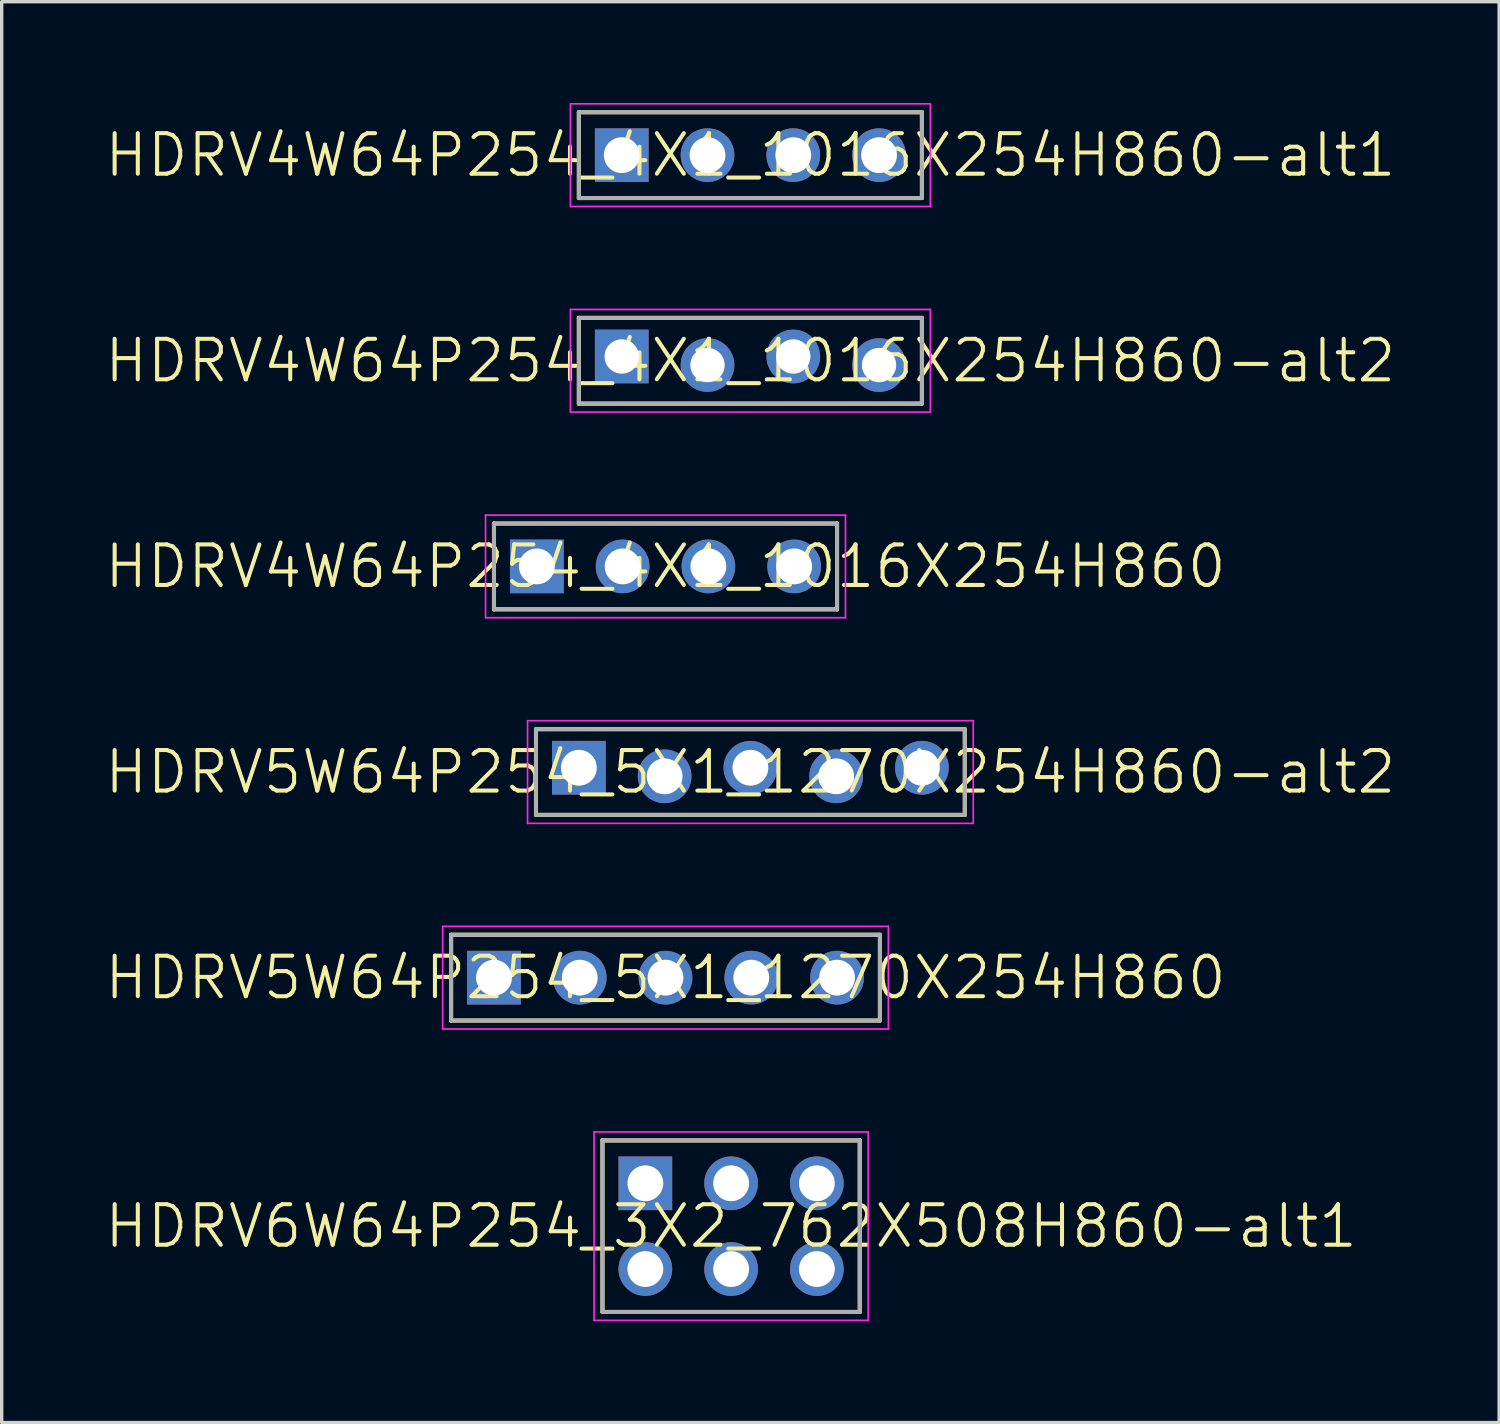
<source format=kicad_pcb>
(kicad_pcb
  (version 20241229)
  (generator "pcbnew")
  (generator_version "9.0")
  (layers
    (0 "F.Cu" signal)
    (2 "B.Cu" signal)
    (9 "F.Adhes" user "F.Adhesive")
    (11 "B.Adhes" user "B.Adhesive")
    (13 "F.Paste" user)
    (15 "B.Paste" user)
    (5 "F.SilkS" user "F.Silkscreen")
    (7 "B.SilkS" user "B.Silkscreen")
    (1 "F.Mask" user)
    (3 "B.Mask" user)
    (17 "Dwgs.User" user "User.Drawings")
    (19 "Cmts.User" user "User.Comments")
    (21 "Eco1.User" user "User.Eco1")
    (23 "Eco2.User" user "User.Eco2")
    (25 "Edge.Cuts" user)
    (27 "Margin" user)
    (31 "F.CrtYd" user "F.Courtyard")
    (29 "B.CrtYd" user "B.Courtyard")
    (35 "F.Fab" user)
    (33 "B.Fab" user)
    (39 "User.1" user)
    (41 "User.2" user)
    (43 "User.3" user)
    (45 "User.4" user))
  (footprint "HDRV4W64P254_4X1_1016X254H860-alt2"
    (layer "F.Cu")
    (at 19.174 7.635)
    (property "Reference" "HDRV4W64P254_4X1_1016X254H860-alt2" (at 0 0 0) (layer "F.SilkS") (effects (font (size 1.2 1.2) (thickness 0.12))))
    (attr through_hole)
    (fp_line (start -5.08 -1.27) (end 5.08 -1.27) (stroke (width 0.12) (type solid)) (layer "F.SilkS"))
    (fp_line (start -5.08 1.27) (end -5.08 -1.27) (stroke (width 0.12) (type solid)) (layer "F.SilkS"))
    (fp_line (start 5.08 -1.27) (end 5.08 1.27) (stroke (width 0.12) (type solid)) (layer "F.SilkS"))
    (fp_line (start 5.08 1.27) (end -5.08 1.27) (stroke (width 0.12) (type solid)) (layer "F.SilkS"))
    (fp_line (start -5.33 -1.52) (end 5.33 -1.52) (stroke (width 0.05) (type solid)) (layer "F.CrtYd"))
    (fp_line (start -5.33 1.52) (end -5.33 -1.52) (stroke (width 0.05) (type solid)) (layer "F.CrtYd"))
    (fp_line (start 5.33 -1.52) (end 5.33 1.52) (stroke (width 0.05) (type solid)) (layer "F.CrtYd"))
    (fp_line (start 5.33 1.52) (end -5.33 1.52) (stroke (width 0.05) (type solid)) (layer "F.CrtYd"))
    (fp_line (start -5.08 -1.27) (end 5.08 -1.27) (stroke (width 0.12) (type solid)) (layer "F.Fab"))
    (fp_line (start -5.08 1.27) (end -5.08 -1.27) (stroke (width 0.12) (type solid)) (layer "F.Fab"))
    (fp_line (start 5.08 -1.27) (end 5.08 1.27) (stroke (width 0.12) (type solid)) (layer "F.Fab"))
    (fp_line (start 5.08 1.27) (end -5.08 1.27) (stroke (width 0.12) (type solid)) (layer "F.Fab"))
    (pad "1" thru_hole rect (at -3.81 -0.127) (size 1.59 1.59) (drill 1.016) (layers "*.Cu" "*.Mask"))
    (pad "2" thru_hole circle (at -1.27 0.127) (size 1.59 1.59) (drill 1.016) (layers "*.Cu" "*.Mask"))
    (pad "3" thru_hole circle (at 1.27 -0.127) (size 1.59 1.59) (drill 1.016) (layers "*.Cu" "*.Mask"))
    (pad "4" thru_hole circle (at 3.81 0.127) (size 1.59 1.59) (drill 1.016) (layers "*.Cu" "*.Mask")))
  (footprint "HDRV6W64P254_3X2_762X508H860-alt1"
    (layer "F.Cu")
    (at 16.063 31.995)
    (property "Reference" "HDRV6W64P254_3X2_762X508H860-alt1" (at 2.54 1.27 0) (layer "F.SilkS") (effects (font (size 1.2 1.2) (thickness 0.12))))
    (attr through_hole)
    (fp_line (start -1.27 -1.27) (end 6.35 -1.27) (stroke (width 0.12) (type solid)) (layer "F.SilkS"))
    (fp_line (start -1.27 3.81) (end -1.27 -1.27) (stroke (width 0.12) (type solid)) (layer "F.SilkS"))
    (fp_line (start 6.35 -1.27) (end 6.35 3.81) (stroke (width 0.12) (type solid)) (layer "F.SilkS"))
    (fp_line (start 6.35 3.81) (end -1.27 3.81) (stroke (width 0.12) (type solid)) (layer "F.SilkS"))
    (fp_line (start -1.52 -1.52) (end 6.6 -1.52) (stroke (width 0.05) (type solid)) (layer "F.CrtYd"))
    (fp_line (start -1.52 4.06) (end -1.52 -1.52) (stroke (width 0.05) (type solid)) (layer "F.CrtYd"))
    (fp_line (start 6.6 -1.52) (end 6.6 4.06) (stroke (width 0.05) (type solid)) (layer "F.CrtYd"))
    (fp_line (start 6.6 4.06) (end -1.52 4.06) (stroke (width 0.05) (type solid)) (layer "F.CrtYd"))
    (fp_line (start -1.27 -1.27) (end 6.35 -1.27) (stroke (width 0.12) (type solid)) (layer "F.Fab"))
    (fp_line (start -1.27 3.81) (end -1.27 -1.27) (stroke (width 0.12) (type solid)) (layer "F.Fab"))
    (fp_line (start 6.35 -1.27) (end 6.35 3.81) (stroke (width 0.12) (type solid)) (layer "F.Fab"))
    (fp_line (start 6.35 3.81) (end -1.27 3.81) (stroke (width 0.12) (type solid)) (layer "F.Fab"))
    (pad "1" thru_hole rect (at 0 0) (size 1.59 1.59) (drill 1.06) (layers "*.Cu" "*.Mask"))
    (pad "2" thru_hole circle (at 0 2.54) (size 1.59 1.59) (drill 1.06) (layers "*.Cu" "*.Mask"))
    (pad "3" thru_hole circle (at 2.54 0) (size 1.59 1.59) (drill 1.06) (layers "*.Cu" "*.Mask"))
    (pad "4" thru_hole circle (at 2.54 2.54) (size 1.59 1.59) (drill 1.06) (layers "*.Cu" "*.Mask"))
    (pad "5" thru_hole circle (at 5.08 0) (size 1.59 1.59) (drill 1.06) (layers "*.Cu" "*.Mask"))
    (pad "6" thru_hole circle (at 5.08 2.54) (size 1.59 1.59) (drill 1.06) (layers "*.Cu" "*.Mask")))
  (footprint "HDRV4W64P254_4X1_1016X254H860-alt1"
    (layer "F.Cu")
    (at 15.364 1.545)
    (property "Reference" "HDRV4W64P254_4X1_1016X254H860-alt1" (at 3.81 0 0) (layer "F.SilkS") (effects (font (size 1.2 1.2) (thickness 0.12))))
    (attr through_hole)
    (fp_line (start -1.27 -1.27) (end 8.89 -1.27) (stroke (width 0.12) (type solid)) (layer "F.SilkS"))
    (fp_line (start -1.27 1.27) (end -1.27 -1.27) (stroke (width 0.12) (type solid)) (layer "F.SilkS"))
    (fp_line (start 8.89 -1.27) (end 8.89 1.27) (stroke (width 0.12) (type solid)) (layer "F.SilkS"))
    (fp_line (start 8.89 1.27) (end -1.27 1.27) (stroke (width 0.12) (type solid)) (layer "F.SilkS"))
    (fp_line (start -1.52 -1.52) (end 9.14 -1.52) (stroke (width 0.05) (type solid)) (layer "F.CrtYd"))
    (fp_line (start -1.52 1.52) (end -1.52 -1.52) (stroke (width 0.05) (type solid)) (layer "F.CrtYd"))
    (fp_line (start 9.14 -1.52) (end 9.14 1.52) (stroke (width 0.05) (type solid)) (layer "F.CrtYd"))
    (fp_line (start 9.14 1.52) (end -1.52 1.52) (stroke (width 0.05) (type solid)) (layer "F.CrtYd"))
    (fp_line (start -1.27 -1.27) (end 8.89 -1.27) (stroke (width 0.12) (type solid)) (layer "F.Fab"))
    (fp_line (start -1.27 1.27) (end -1.27 -1.27) (stroke (width 0.12) (type solid)) (layer "F.Fab"))
    (fp_line (start 8.89 -1.27) (end 8.89 1.27) (stroke (width 0.12) (type solid)) (layer "F.Fab"))
    (fp_line (start 8.89 1.27) (end -1.27 1.27) (stroke (width 0.12) (type solid)) (layer "F.Fab"))
    (pad "1" thru_hole rect (at 0 0) (size 1.59 1.59) (drill 1.06) (layers "*.Cu" "*.Mask"))
    (pad "2" thru_hole circle (at 2.54 0) (size 1.59 1.59) (drill 1.06) (layers "*.Cu" "*.Mask"))
    (pad "3" thru_hole circle (at 5.08 0) (size 1.59 1.59) (drill 1.06) (layers "*.Cu" "*.Mask"))
    (pad "4" thru_hole circle (at 7.62 0) (size 1.59 1.59) (drill 1.06) (layers "*.Cu" "*.Mask")))
  (footprint "HDRV4W64P254_4X1_1016X254H860"
    (layer "F.Cu")
    (at 12.85 13.725)
    (property "Reference" "HDRV4W64P254_4X1_1016X254H860" (at 3.81 0 0) (layer "F.SilkS") (effects (font (size 1.2 1.2) (thickness 0.12))))
    (attr through_hole)
    (fp_line (start -1.27 -1.27) (end 8.89 -1.27) (stroke (width 0.12) (type solid)) (layer "F.SilkS"))
    (fp_line (start -1.27 1.27) (end -1.27 -1.27) (stroke (width 0.12) (type solid)) (layer "F.SilkS"))
    (fp_line (start 8.89 -1.27) (end 8.89 1.27) (stroke (width 0.12) (type solid)) (layer "F.SilkS"))
    (fp_line (start 8.89 1.27) (end -1.27 1.27) (stroke (width 0.12) (type solid)) (layer "F.SilkS"))
    (fp_line (start -1.52 -1.52) (end 9.14 -1.52) (stroke (width 0.05) (type solid)) (layer "F.CrtYd"))
    (fp_line (start -1.52 1.52) (end -1.52 -1.52) (stroke (width 0.05) (type solid)) (layer "F.CrtYd"))
    (fp_line (start 0 -0.35) (end 0 0.35) (stroke (width 0.05) (type solid)) (layer "F.CrtYd"))
    (fp_line (start 0.35 0) (end -0.35 0) (stroke (width 0.05) (type solid)) (layer "F.CrtYd"))
    (fp_line (start 9.14 -1.52) (end 9.14 1.52) (stroke (width 0.05) (type solid)) (layer "F.CrtYd"))
    (fp_line (start 9.14 1.52) (end -1.52 1.52) (stroke (width 0.05) (type solid)) (layer "F.CrtYd"))
    (fp_circle (center 0 0) (end 0 0.25) (stroke (width 0.05) (type solid)) (fill no) (layer "F.CrtYd"))
    (fp_line (start -1.27 -1.27) (end 8.89 -1.27) (stroke (width 0.12) (type solid)) (layer "F.Fab"))
    (fp_line (start -1.27 1.27) (end -1.27 -1.27) (stroke (width 0.12) (type solid)) (layer "F.Fab"))
    (fp_line (start 8.89 -1.27) (end 8.89 1.27) (stroke (width 0.12) (type solid)) (layer "F.Fab"))
    (fp_line (start 8.89 1.27) (end -1.27 1.27) (stroke (width 0.12) (type solid)) (layer "F.Fab"))
    (pad "1" thru_hole rect (at 0 0) (size 1.59 1.59) (drill 1.06) (layers "*.Cu" "*.Mask"))
    (pad "2" thru_hole circle (at 2.54 0) (size 1.59 1.59) (drill 1.06) (layers "*.Cu" "*.Mask"))
    (pad "3" thru_hole circle (at 5.08 0) (size 1.59 1.59) (drill 1.06) (layers "*.Cu" "*.Mask"))
    (pad "4" thru_hole circle (at 7.62 0) (size 1.59 1.59) (drill 1.06) (layers "*.Cu" "*.Mask")))
  (footprint "HDRV5W64P254_5X1_1270X254H860-alt2"
    (layer "F.Cu")
    (at 19.174 19.815)
    (property "Reference" "HDRV5W64P254_5X1_1270X254H860-alt2" (at 0 0 0) (layer "F.SilkS") (effects (font (size 1.2 1.2) (thickness 0.12))))
    (attr through_hole)
    (fp_line (start -6.35 -1.27) (end 6.35 -1.27) (stroke (width 0.12) (type solid)) (layer "F.SilkS"))
    (fp_line (start -6.35 1.27) (end -6.35 -1.27) (stroke (width 0.12) (type solid)) (layer "F.SilkS"))
    (fp_line (start 6.35 -1.27) (end 6.35 1.27) (stroke (width 0.12) (type solid)) (layer "F.SilkS"))
    (fp_line (start 6.35 1.27) (end -6.35 1.27) (stroke (width 0.12) (type solid)) (layer "F.SilkS"))
    (fp_line (start -6.6 -1.52) (end 6.6 -1.52) (stroke (width 0.05) (type solid)) (layer "F.CrtYd"))
    (fp_line (start -6.6 1.52) (end -6.6 -1.52) (stroke (width 0.05) (type solid)) (layer "F.CrtYd"))
    (fp_line (start 6.6 -1.52) (end 6.6 1.52) (stroke (width 0.05) (type solid)) (layer "F.CrtYd"))
    (fp_line (start 6.6 1.52) (end -6.6 1.52) (stroke (width 0.05) (type solid)) (layer "F.CrtYd"))
    (fp_line (start -6.35 -1.27) (end 6.35 -1.27) (stroke (width 0.12) (type solid)) (layer "F.Fab"))
    (fp_line (start -6.35 1.27) (end -6.35 -1.27) (stroke (width 0.12) (type solid)) (layer "F.Fab"))
    (fp_line (start 6.35 -1.27) (end 6.35 1.27) (stroke (width 0.12) (type solid)) (layer "F.Fab"))
    (fp_line (start 6.35 1.27) (end -6.35 1.27) (stroke (width 0.12) (type solid)) (layer "F.Fab"))
    (pad "1" thru_hole rect (at -5.08 -0.127) (size 1.59 1.59) (drill 1.06) (layers "*.Cu" "*.Mask"))
    (pad "2" thru_hole circle (at -2.54 0.127) (size 1.59 1.59) (drill 1.06) (layers "*.Cu" "*.Mask"))
    (pad "3" thru_hole circle (at 0 -0.127) (size 1.59 1.59) (drill 1.06) (layers "*.Cu" "*.Mask"))
    (pad "4" thru_hole circle (at 2.54 0.127) (size 1.59 1.59) (drill 1.06) (layers "*.Cu" "*.Mask"))
    (pad "5" thru_hole circle (at 5.08 -0.127) (size 1.59 1.59) (drill 1.06) (layers "*.Cu" "*.Mask")))
  (footprint "HDRV5W64P254_5X1_1270X254H860"
    (layer "F.Cu")
    (at 11.58 25.905)
    (property "Reference" "HDRV5W64P254_5X1_1270X254H860" (at 5.08 0 0) (layer "F.SilkS") (effects (font (size 1.2 1.2) (thickness 0.12))))
    (attr through_hole)
    (fp_line (start -1.27 -1.27) (end 11.43 -1.27) (stroke (width 0.12) (type solid)) (layer "F.SilkS"))
    (fp_line (start -1.27 1.27) (end -1.27 -1.27) (stroke (width 0.12) (type solid)) (layer "F.SilkS"))
    (fp_line (start 11.43 -1.27) (end 11.43 1.27) (stroke (width 0.12) (type solid)) (layer "F.SilkS"))
    (fp_line (start 11.43 1.27) (end -1.27 1.27) (stroke (width 0.12) (type solid)) (layer "F.SilkS"))
    (fp_line (start -1.52 -1.52) (end 11.68 -1.52) (stroke (width 0.05) (type solid)) (layer "F.CrtYd"))
    (fp_line (start -1.52 1.52) (end -1.52 -1.52) (stroke (width 0.05) (type solid)) (layer "F.CrtYd"))
    (fp_line (start 0 -0.35) (end 0 0.35) (stroke (width 0.05) (type solid)) (layer "F.CrtYd"))
    (fp_line (start 0.35 0) (end -0.35 0) (stroke (width 0.05) (type solid)) (layer "F.CrtYd"))
    (fp_line (start 11.68 -1.52) (end 11.68 1.52) (stroke (width 0.05) (type solid)) (layer "F.CrtYd"))
    (fp_line (start 11.68 1.52) (end -1.52 1.52) (stroke (width 0.05) (type solid)) (layer "F.CrtYd"))
    (fp_circle (center 0 0) (end 0 0.25) (stroke (width 0.05) (type solid)) (fill no) (layer "F.CrtYd"))
    (fp_line (start -1.27 -1.27) (end 11.43 -1.27) (stroke (width 0.12) (type solid)) (layer "F.Fab"))
    (fp_line (start -1.27 1.27) (end -1.27 -1.27) (stroke (width 0.12) (type solid)) (layer "F.Fab"))
    (fp_line (start 11.43 -1.27) (end 11.43 1.27) (stroke (width 0.12) (type solid)) (layer "F.Fab"))
    (fp_line (start 11.43 1.27) (end -1.27 1.27) (stroke (width 0.12) (type solid)) (layer "F.Fab"))
    (pad "1" thru_hole rect (at 0 0) (size 1.59 1.59) (drill 1.06) (layers "*.Cu" "*.Mask"))
    (pad "2" thru_hole circle (at 2.54 0) (size 1.59 1.59) (drill 1.06) (layers "*.Cu" "*.Mask"))
    (pad "3" thru_hole circle (at 5.08 0) (size 1.59 1.59) (drill 1.06) (layers "*.Cu" "*.Mask"))
    (pad "4" thru_hole circle (at 7.62 0) (size 1.59 1.59) (drill 1.06) (layers "*.Cu" "*.Mask"))
    (pad "5" thru_hole circle (at 10.16 0) (size 1.59 1.59) (drill 1.06) (layers "*.Cu" "*.Mask")))
  (gr_rect
    (start -3 -3)
    (end 41.349 39.08)
    (stroke (width 0.1) (type default))
    (fill no)
    (layer "Edge.Cuts")))
</source>
